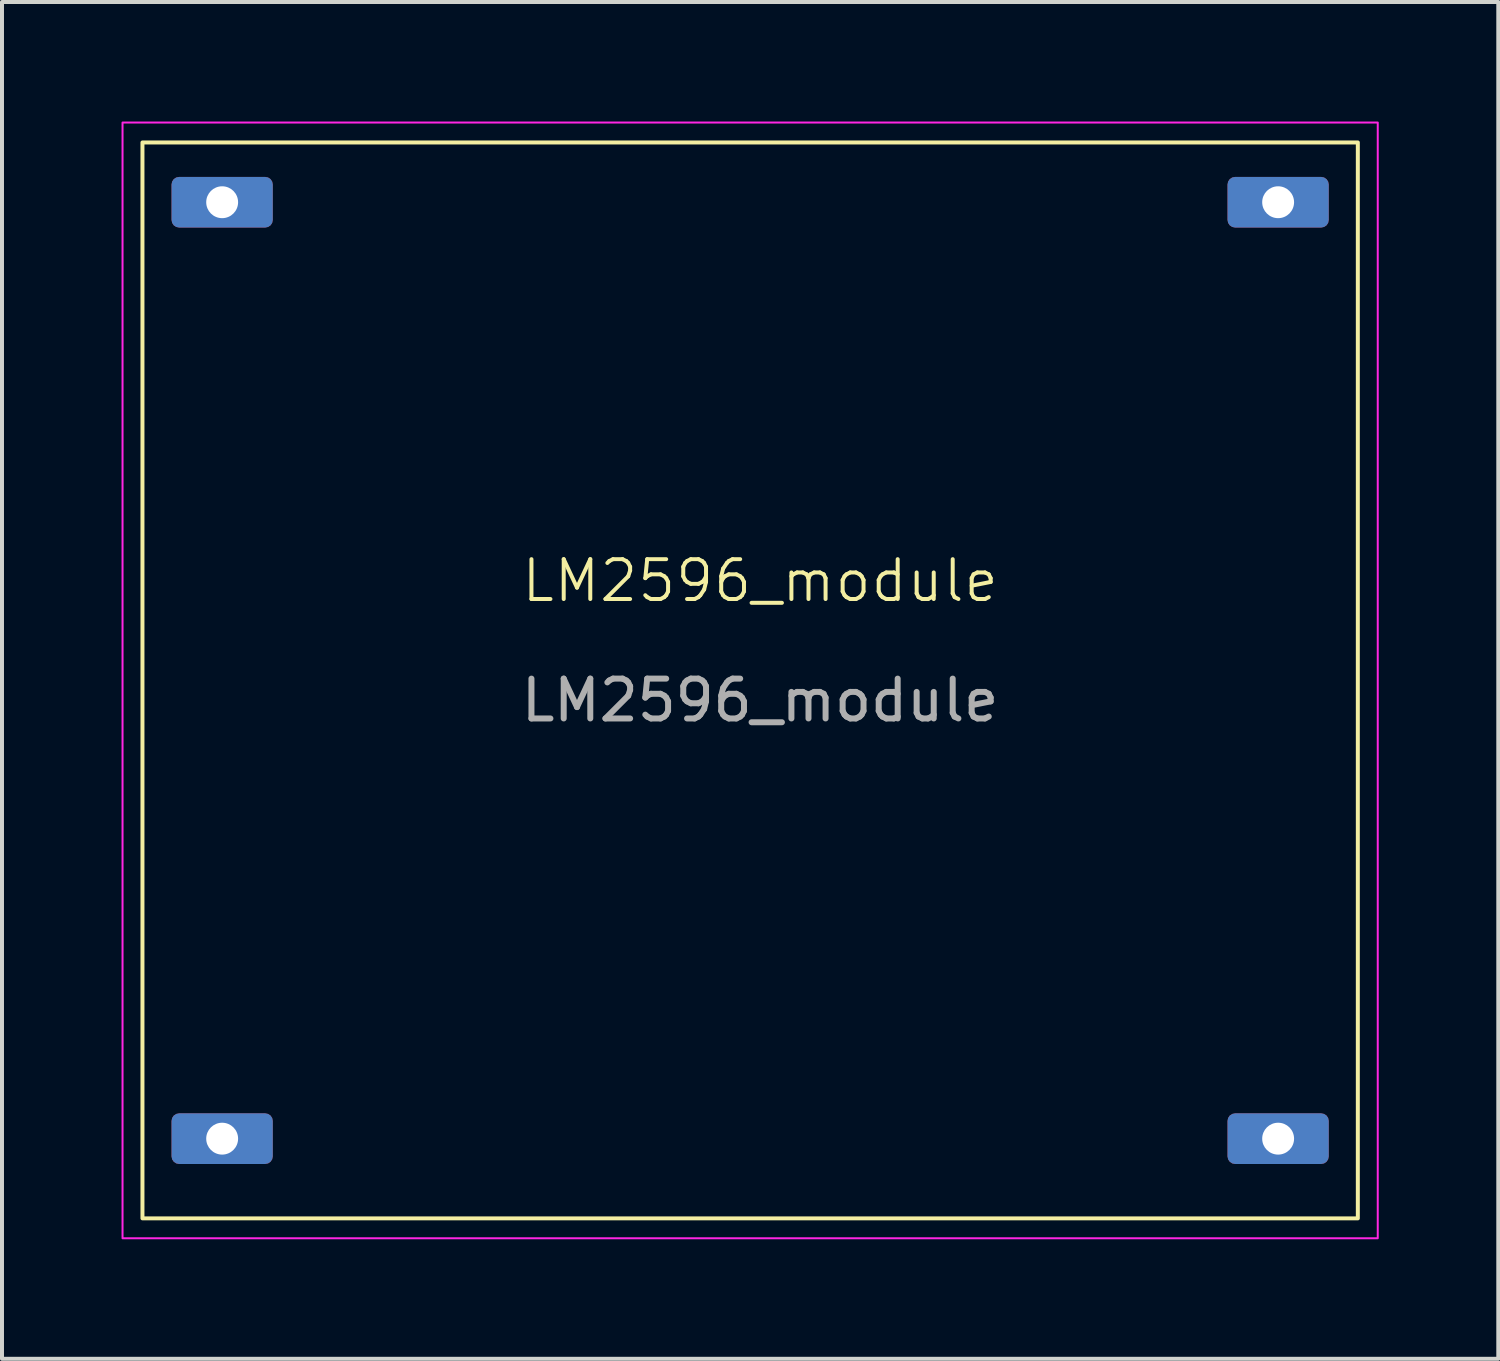
<source format=kicad_pcb>
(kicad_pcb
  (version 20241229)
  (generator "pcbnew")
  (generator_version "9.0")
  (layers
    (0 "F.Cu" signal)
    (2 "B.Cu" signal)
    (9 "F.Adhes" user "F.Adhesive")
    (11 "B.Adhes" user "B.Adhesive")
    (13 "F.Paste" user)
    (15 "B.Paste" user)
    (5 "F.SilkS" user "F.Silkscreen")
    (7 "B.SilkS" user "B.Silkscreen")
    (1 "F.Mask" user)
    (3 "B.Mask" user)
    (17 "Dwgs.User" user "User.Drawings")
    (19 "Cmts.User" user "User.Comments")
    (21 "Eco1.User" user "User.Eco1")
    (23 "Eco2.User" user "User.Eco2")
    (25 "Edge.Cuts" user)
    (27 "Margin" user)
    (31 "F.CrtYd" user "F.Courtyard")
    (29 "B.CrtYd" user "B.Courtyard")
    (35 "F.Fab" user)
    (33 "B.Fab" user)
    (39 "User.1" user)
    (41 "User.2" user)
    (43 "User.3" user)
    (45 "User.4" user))
  (footprint "LM2596_module"
    (layer "F.Cu")
    (at 2.525 2.025)
    (property "Reference" "LM2596_module" (at 13.5 9.5 0) (unlocked yes) (layer "F.SilkS") (effects (font (size 1 1) (thickness 0.1))))
    (attr through_hole)
    (fp_rect (start -2 -1.5) (end 28.5 25.5) (stroke (width 0.1) (type default)) (fill no) (layer "F.SilkS"))
    (fp_rect (start -2.5 -2) (end 29 26) (stroke (width 0.05) (type default)) (fill no) (layer "F.CrtYd"))
    (fp_text user "${REFERENCE}" (at 13.5 12.5 0) (unlocked yes) (layer "F.Fab") (effects (font (size 1 1) (thickness 0.15))))
    (pad "1" thru_hole roundrect (at 0 0) (size 2.54 1.27) (drill 0.8) (layers "*.Cu" "*.Mask") (roundrect_rratio 0.15))
    (pad "2" thru_hole roundrect (at 0 23.5) (size 2.54 1.27) (drill 0.8) (layers "*.Cu" "*.Mask") (roundrect_rratio 0.15))
    (pad "3" thru_hole roundrect (at 26.5 23.5) (size 2.54 1.27) (drill 0.8) (layers "*.Cu" "*.Mask") (roundrect_rratio 0.15))
    (pad "4" thru_hole roundrect (at 26.5 0) (size 2.54 1.27) (drill 0.8) (layers "*.Cu" "*.Mask") (roundrect_rratio 0.15)))
  (gr_rect
    (start -3 -3)
    (end 34.55 31.05)
    (stroke (width 0.1) (type default))
    (fill no)
    (layer "Edge.Cuts")))
</source>
